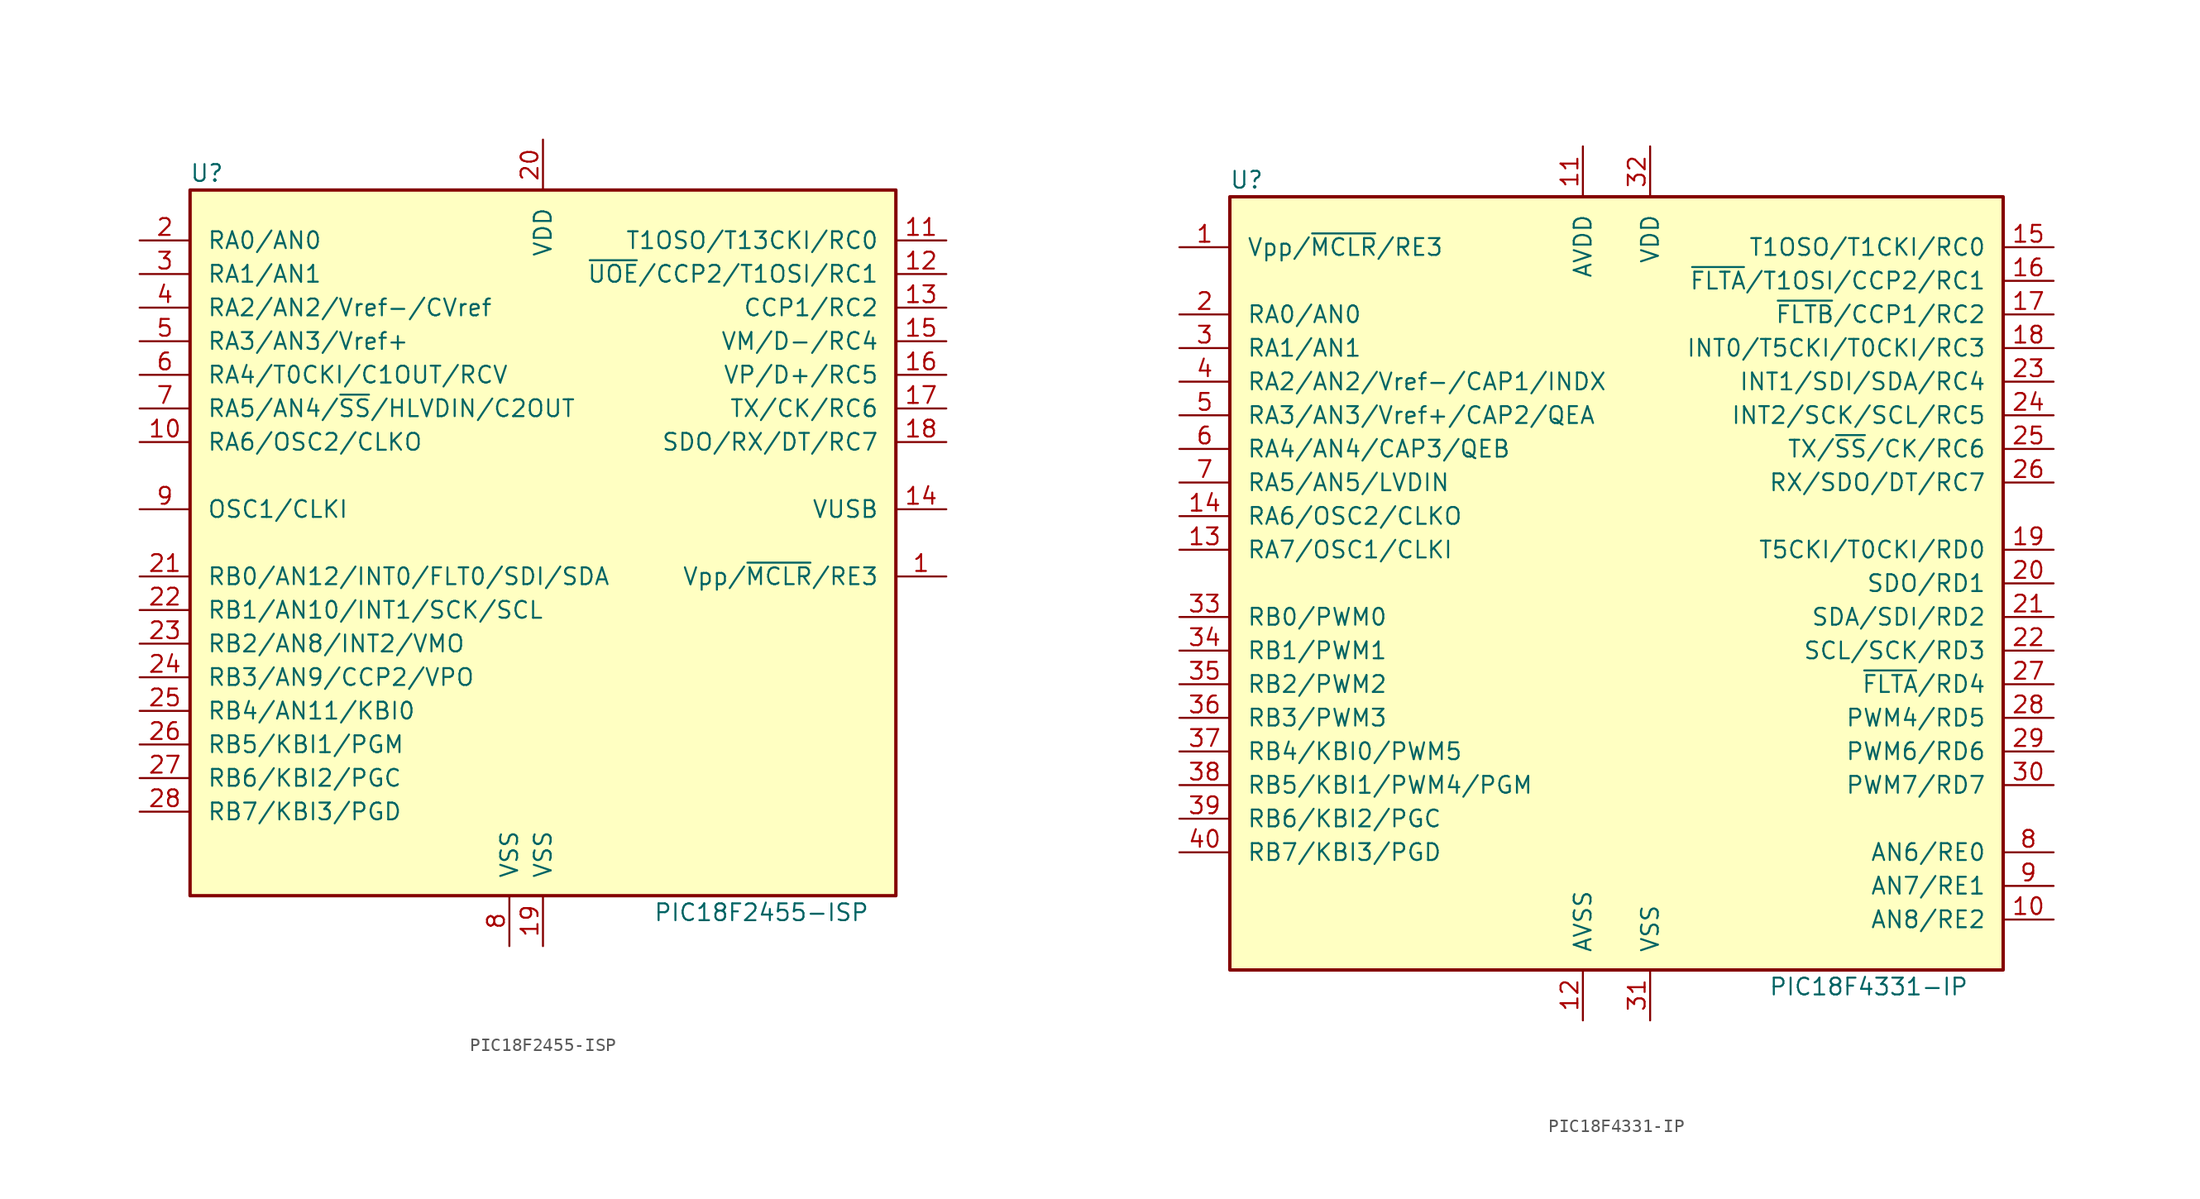
<source format=kicad_sym>
(kicad_symbol_lib
  (version 20200908)
  (generator kicad_symbol_editor)
  (symbol "MCU_Microchip_PIC18:PIC18F2455-ISP"
    (pin_names
      (offset 1.27))
    (property "Reference" "U"
      (at -25.4 27.94 0)
      (effects (font (size 1.27 1.27))))
    (property "Value" "PIC18F2455-ISP"
      (at 16.51 -27.94 0)
      (effects (font (size 1.27 1.27))))
    (symbol "PIC18F2455-ISP_0_1"
      (rectangle (start -26.67 26.67) (end 26.67 -26.67) (stroke (width 0.254)) (fill (type background))))
    (symbol "PIC18F2455-ISP_1_1"
      (pin input line (at 30.48 -2.54 180) (length 3.81) (name "Vpp/~MCLR~/RE3" (effects (font (size 1.27 1.27)))) (number "1" (effects (font (size 1.27 1.27)))))
      (pin output line (at -30.48 7.62 0) (length 3.81) (name "RA6/OSC2/CLKO" (effects (font (size 1.27 1.27)))) (number "10" (effects (font (size 1.27 1.27)))))
      (pin bidirectional line (at 30.48 22.86 180) (length 3.81) (name "T1OSO/T13CKI/RC0" (effects (font (size 1.27 1.27)))) (number "11" (effects (font (size 1.27 1.27)))))
      (pin bidirectional line (at 30.48 20.32 180) (length 3.81) (name "~UOE~/CCP2/T1OSI/RC1" (effects (font (size 1.27 1.27)))) (number "12" (effects (font (size 1.27 1.27)))))
      (pin bidirectional line (at 30.48 17.78 180) (length 3.81) (name "CCP1/RC2" (effects (font (size 1.27 1.27)))) (number "13" (effects (font (size 1.27 1.27)))))
      (pin bidirectional line (at 30.48 2.54 180) (length 3.81) (name "VUSB" (effects (font (size 1.27 1.27)))) (number "14" (effects (font (size 1.27 1.27)))))
      (pin bidirectional line (at 30.48 15.24 180) (length 3.81) (name "VM/D-/RC4" (effects (font (size 1.27 1.27)))) (number "15" (effects (font (size 1.27 1.27)))))
      (pin bidirectional line (at 30.48 12.7 180) (length 3.81) (name "VP/D+/RC5" (effects (font (size 1.27 1.27)))) (number "16" (effects (font (size 1.27 1.27)))))
      (pin bidirectional line (at 30.48 10.16 180) (length 3.81) (name "TX/CK/RC6" (effects (font (size 1.27 1.27)))) (number "17" (effects (font (size 1.27 1.27)))))
      (pin bidirectional line (at 30.48 7.62 180) (length 3.81) (name "SDO/RX/DT/RC7" (effects (font (size 1.27 1.27)))) (number "18" (effects (font (size 1.27 1.27)))))
      (pin power_in line (at 0 -30.48 90) (length 3.81) (name "VSS" (effects (font (size 1.27 1.27)))) (number "19" (effects (font (size 1.27 1.27)))))
      (pin bidirectional line (at -30.48 22.86 0) (length 3.81) (name "RA0/AN0" (effects (font (size 1.27 1.27)))) (number "2" (effects (font (size 1.27 1.27)))))
      (pin power_in line (at 0 30.48 270) (length 3.81) (name "VDD" (effects (font (size 1.27 1.27)))) (number "20" (effects (font (size 1.27 1.27)))))
      (pin bidirectional line (at -30.48 -2.54 0) (length 3.81) (name "RB0/AN12/INT0/FLT0/SDI/SDA" (effects (font (size 1.27 1.27)))) (number "21" (effects (font (size 1.27 1.27)))))
      (pin bidirectional line (at -30.48 -5.08 0) (length 3.81) (name "RB1/AN10/INT1/SCK/SCL" (effects (font (size 1.27 1.27)))) (number "22" (effects (font (size 1.27 1.27)))))
      (pin bidirectional line (at -30.48 -7.62 0) (length 3.81) (name "RB2/AN8/INT2/VMO" (effects (font (size 1.27 1.27)))) (number "23" (effects (font (size 1.27 1.27)))))
      (pin bidirectional line (at -30.48 -10.16 0) (length 3.81) (name "RB3/AN9/CCP2/VPO" (effects (font (size 1.27 1.27)))) (number "24" (effects (font (size 1.27 1.27)))))
      (pin bidirectional line (at -30.48 -12.7 0) (length 3.81) (name "RB4/AN11/KBI0" (effects (font (size 1.27 1.27)))) (number "25" (effects (font (size 1.27 1.27)))))
      (pin bidirectional line (at -30.48 -15.24 0) (length 3.81) (name "RB5/KBI1/PGM" (effects (font (size 1.27 1.27)))) (number "26" (effects (font (size 1.27 1.27)))))
      (pin bidirectional line (at -30.48 -17.78 0) (length 3.81) (name "RB6/KBI2/PGC" (effects (font (size 1.27 1.27)))) (number "27" (effects (font (size 1.27 1.27)))))
      (pin bidirectional line (at -30.48 -20.32 0) (length 3.81) (name "RB7/KBI3/PGD" (effects (font (size 1.27 1.27)))) (number "28" (effects (font (size 1.27 1.27)))))
      (pin bidirectional line (at -30.48 20.32 0) (length 3.81) (name "RA1/AN1" (effects (font (size 1.27 1.27)))) (number "3" (effects (font (size 1.27 1.27)))))
      (pin bidirectional line (at -30.48 17.78 0) (length 3.81) (name "RA2/AN2/Vref-/CVref" (effects (font (size 1.27 1.27)))) (number "4" (effects (font (size 1.27 1.27)))))
      (pin bidirectional line (at -30.48 15.24 0) (length 3.81) (name "RA3/AN3/Vref+" (effects (font (size 1.27 1.27)))) (number "5" (effects (font (size 1.27 1.27)))))
      (pin bidirectional line (at -30.48 12.7 0) (length 3.81) (name "RA4/T0CKI/C1OUT/RCV" (effects (font (size 1.27 1.27)))) (number "6" (effects (font (size 1.27 1.27)))))
      (pin bidirectional line (at -30.48 10.16 0) (length 3.81) (name "RA5/AN4/~SS~/HLVDIN/C2OUT" (effects (font (size 1.27 1.27)))) (number "7" (effects (font (size 1.27 1.27)))))
      (pin power_in line (at -2.54 -30.48 90) (length 3.81) (name "VSS" (effects (font (size 1.27 1.27)))) (number "8" (effects (font (size 1.27 1.27)))))
      (pin input line (at -30.48 2.54 0) (length 3.81) (name "OSC1/CLKI" (effects (font (size 1.27 1.27)))) (number "9" (effects (font (size 1.27 1.27)))))))
  (symbol "MCU_Microchip_PIC18:PIC18F4331-IP"
    (pin_names
      (offset 1.27))
    (property "Reference" "U"
      (at -27.94 30.48 0)
      (effects (font (size 1.27 1.27))))
    (property "Value" "PIC18F4331-IP"
      (at 19.05 -30.48 0)
      (effects (font (size 1.27 1.27))))
    (symbol "PIC18F4331-IP_0_1"
      (rectangle (start -29.21 29.21) (end 29.21 -29.21) (stroke (width 0.254)) (fill (type background))))
    (symbol "PIC18F4331-IP_1_1"
      (pin input line (at -33.02 25.4 0) (length 3.81) (name "Vpp/~MCLR~/RE3" (effects (font (size 1.27 1.27)))) (number "1" (effects (font (size 1.27 1.27)))))
      (pin bidirectional line (at 33.02 -25.4 180) (length 3.81) (name "AN8/RE2" (effects (font (size 1.27 1.27)))) (number "10" (effects (font (size 1.27 1.27)))))
      (pin power_in line (at -2.54 33.02 270) (length 3.81) (name "AVDD" (effects (font (size 1.27 1.27)))) (number "11" (effects (font (size 1.27 1.27)))))
      (pin power_in line (at -2.54 -33.02 90) (length 3.81) (name "AVSS" (effects (font (size 1.27 1.27)))) (number "12" (effects (font (size 1.27 1.27)))))
      (pin bidirectional line (at -33.02 2.54 0) (length 3.81) (name "RA7/OSC1/CLKI" (effects (font (size 1.27 1.27)))) (number "13" (effects (font (size 1.27 1.27)))))
      (pin bidirectional line (at -33.02 5.08 0) (length 3.81) (name "RA6/OSC2/CLKO" (effects (font (size 1.27 1.27)))) (number "14" (effects (font (size 1.27 1.27)))))
      (pin bidirectional line (at 33.02 25.4 180) (length 3.81) (name "T1OSO/T1CKI/RC0" (effects (font (size 1.27 1.27)))) (number "15" (effects (font (size 1.27 1.27)))))
      (pin bidirectional line (at 33.02 22.86 180) (length 3.81) (name "~FLTA~/T1OSI/CCP2/RC1" (effects (font (size 1.27 1.27)))) (number "16" (effects (font (size 1.27 1.27)))))
      (pin bidirectional line (at 33.02 20.32 180) (length 3.81) (name "~FLTB~/CCP1/RC2" (effects (font (size 1.27 1.27)))) (number "17" (effects (font (size 1.27 1.27)))))
      (pin bidirectional line (at 33.02 17.78 180) (length 3.81) (name "INT0/T5CKI/T0CKI/RC3" (effects (font (size 1.27 1.27)))) (number "18" (effects (font (size 1.27 1.27)))))
      (pin bidirectional line (at 33.02 2.54 180) (length 3.81) (name "T5CKI/T0CKI/RD0" (effects (font (size 1.27 1.27)))) (number "19" (effects (font (size 1.27 1.27)))))
      (pin bidirectional line (at -33.02 20.32 0) (length 3.81) (name "RA0/AN0" (effects (font (size 1.27 1.27)))) (number "2" (effects (font (size 1.27 1.27)))))
      (pin bidirectional line (at 33.02 0 180) (length 3.81) (name "SDO/RD1" (effects (font (size 1.27 1.27)))) (number "20" (effects (font (size 1.27 1.27)))))
      (pin bidirectional line (at 33.02 -2.54 180) (length 3.81) (name "SDA/SDI/RD2" (effects (font (size 1.27 1.27)))) (number "21" (effects (font (size 1.27 1.27)))))
      (pin bidirectional line (at 33.02 -5.08 180) (length 3.81) (name "SCL/SCK/RD3" (effects (font (size 1.27 1.27)))) (number "22" (effects (font (size 1.27 1.27)))))
      (pin bidirectional line (at 33.02 15.24 180) (length 3.81) (name "INT1/SDI/SDA/RC4" (effects (font (size 1.27 1.27)))) (number "23" (effects (font (size 1.27 1.27)))))
      (pin bidirectional line (at 33.02 12.7 180) (length 3.81) (name "INT2/SCK/SCL/RC5" (effects (font (size 1.27 1.27)))) (number "24" (effects (font (size 1.27 1.27)))))
      (pin bidirectional line (at 33.02 10.16 180) (length 3.81) (name "TX/~SS~/CK/RC6" (effects (font (size 1.27 1.27)))) (number "25" (effects (font (size 1.27 1.27)))))
      (pin bidirectional line (at 33.02 7.62 180) (length 3.81) (name "RX/SDO/DT/RC7" (effects (font (size 1.27 1.27)))) (number "26" (effects (font (size 1.27 1.27)))))
      (pin bidirectional line (at 33.02 -7.62 180) (length 3.81) (name "~FLTA~/RD4" (effects (font (size 1.27 1.27)))) (number "27" (effects (font (size 1.27 1.27)))))
      (pin bidirectional line (at 33.02 -10.16 180) (length 3.81) (name "PWM4/RD5" (effects (font (size 1.27 1.27)))) (number "28" (effects (font (size 1.27 1.27)))))
      (pin bidirectional line (at 33.02 -12.7 180) (length 3.81) (name "PWM6/RD6" (effects (font (size 1.27 1.27)))) (number "29" (effects (font (size 1.27 1.27)))))
      (pin bidirectional line (at -33.02 17.78 0) (length 3.81) (name "RA1/AN1" (effects (font (size 1.27 1.27)))) (number "3" (effects (font (size 1.27 1.27)))))
      (pin bidirectional line (at 33.02 -15.24 180) (length 3.81) (name "PWM7/RD7" (effects (font (size 1.27 1.27)))) (number "30" (effects (font (size 1.27 1.27)))))
      (pin power_in line (at 2.54 -33.02 90) (length 3.81) (name "VSS" (effects (font (size 1.27 1.27)))) (number "31" (effects (font (size 1.27 1.27)))))
      (pin power_in line (at 2.54 33.02 270) (length 3.81) (name "VDD" (effects (font (size 1.27 1.27)))) (number "32" (effects (font (size 1.27 1.27)))))
      (pin bidirectional line (at -33.02 -2.54 0) (length 3.81) (name "RB0/PWM0" (effects (font (size 1.27 1.27)))) (number "33" (effects (font (size 1.27 1.27)))))
      (pin bidirectional line (at -33.02 -5.08 0) (length 3.81) (name "RB1/PWM1" (effects (font (size 1.27 1.27)))) (number "34" (effects (font (size 1.27 1.27)))))
      (pin bidirectional line (at -33.02 -7.62 0) (length 3.81) (name "RB2/PWM2" (effects (font (size 1.27 1.27)))) (number "35" (effects (font (size 1.27 1.27)))))
      (pin bidirectional line (at -33.02 -10.16 0) (length 3.81) (name "RB3/PWM3" (effects (font (size 1.27 1.27)))) (number "36" (effects (font (size 1.27 1.27)))))
      (pin bidirectional line (at -33.02 -12.7 0) (length 3.81) (name "RB4/KBI0/PWM5" (effects (font (size 1.27 1.27)))) (number "37" (effects (font (size 1.27 1.27)))))
      (pin bidirectional line (at -33.02 -15.24 0) (length 3.81) (name "RB5/KBI1/PWM4/PGM" (effects (font (size 1.27 1.27)))) (number "38" (effects (font (size 1.27 1.27)))))
      (pin bidirectional line (at -33.02 -17.78 0) (length 3.81) (name "RB6/KBI2/PGC" (effects (font (size 1.27 1.27)))) (number "39" (effects (font (size 1.27 1.27)))))
      (pin bidirectional line (at -33.02 15.24 0) (length 3.81) (name "RA2/AN2/Vref-/CAP1/INDX" (effects (font (size 1.27 1.27)))) (number "4" (effects (font (size 1.27 1.27)))))
      (pin bidirectional line (at -33.02 -20.32 0) (length 3.81) (name "RB7/KBI3/PGD" (effects (font (size 1.27 1.27)))) (number "40" (effects (font (size 1.27 1.27)))))
      (pin bidirectional line (at -33.02 12.7 0) (length 3.81) (name "RA3/AN3/Vref+/CAP2/QEA" (effects (font (size 1.27 1.27)))) (number "5" (effects (font (size 1.27 1.27)))))
      (pin bidirectional line (at -33.02 10.16 0) (length 3.81) (name "RA4/AN4/CAP3/QEB" (effects (font (size 1.27 1.27)))) (number "6" (effects (font (size 1.27 1.27)))))
      (pin bidirectional line (at -33.02 7.62 0) (length 3.81) (name "RA5/AN5/LVDIN" (effects (font (size 1.27 1.27)))) (number "7" (effects (font (size 1.27 1.27)))))
      (pin bidirectional line (at 33.02 -20.32 180) (length 3.81) (name "AN6/RE0" (effects (font (size 1.27 1.27)))) (number "8" (effects (font (size 1.27 1.27)))))
      (pin bidirectional line (at 33.02 -22.86 180) (length 3.81) (name "AN7/RE1" (effects (font (size 1.27 1.27)))) (number "9" (effects (font (size 1.27 1.27))))))))
</source>
